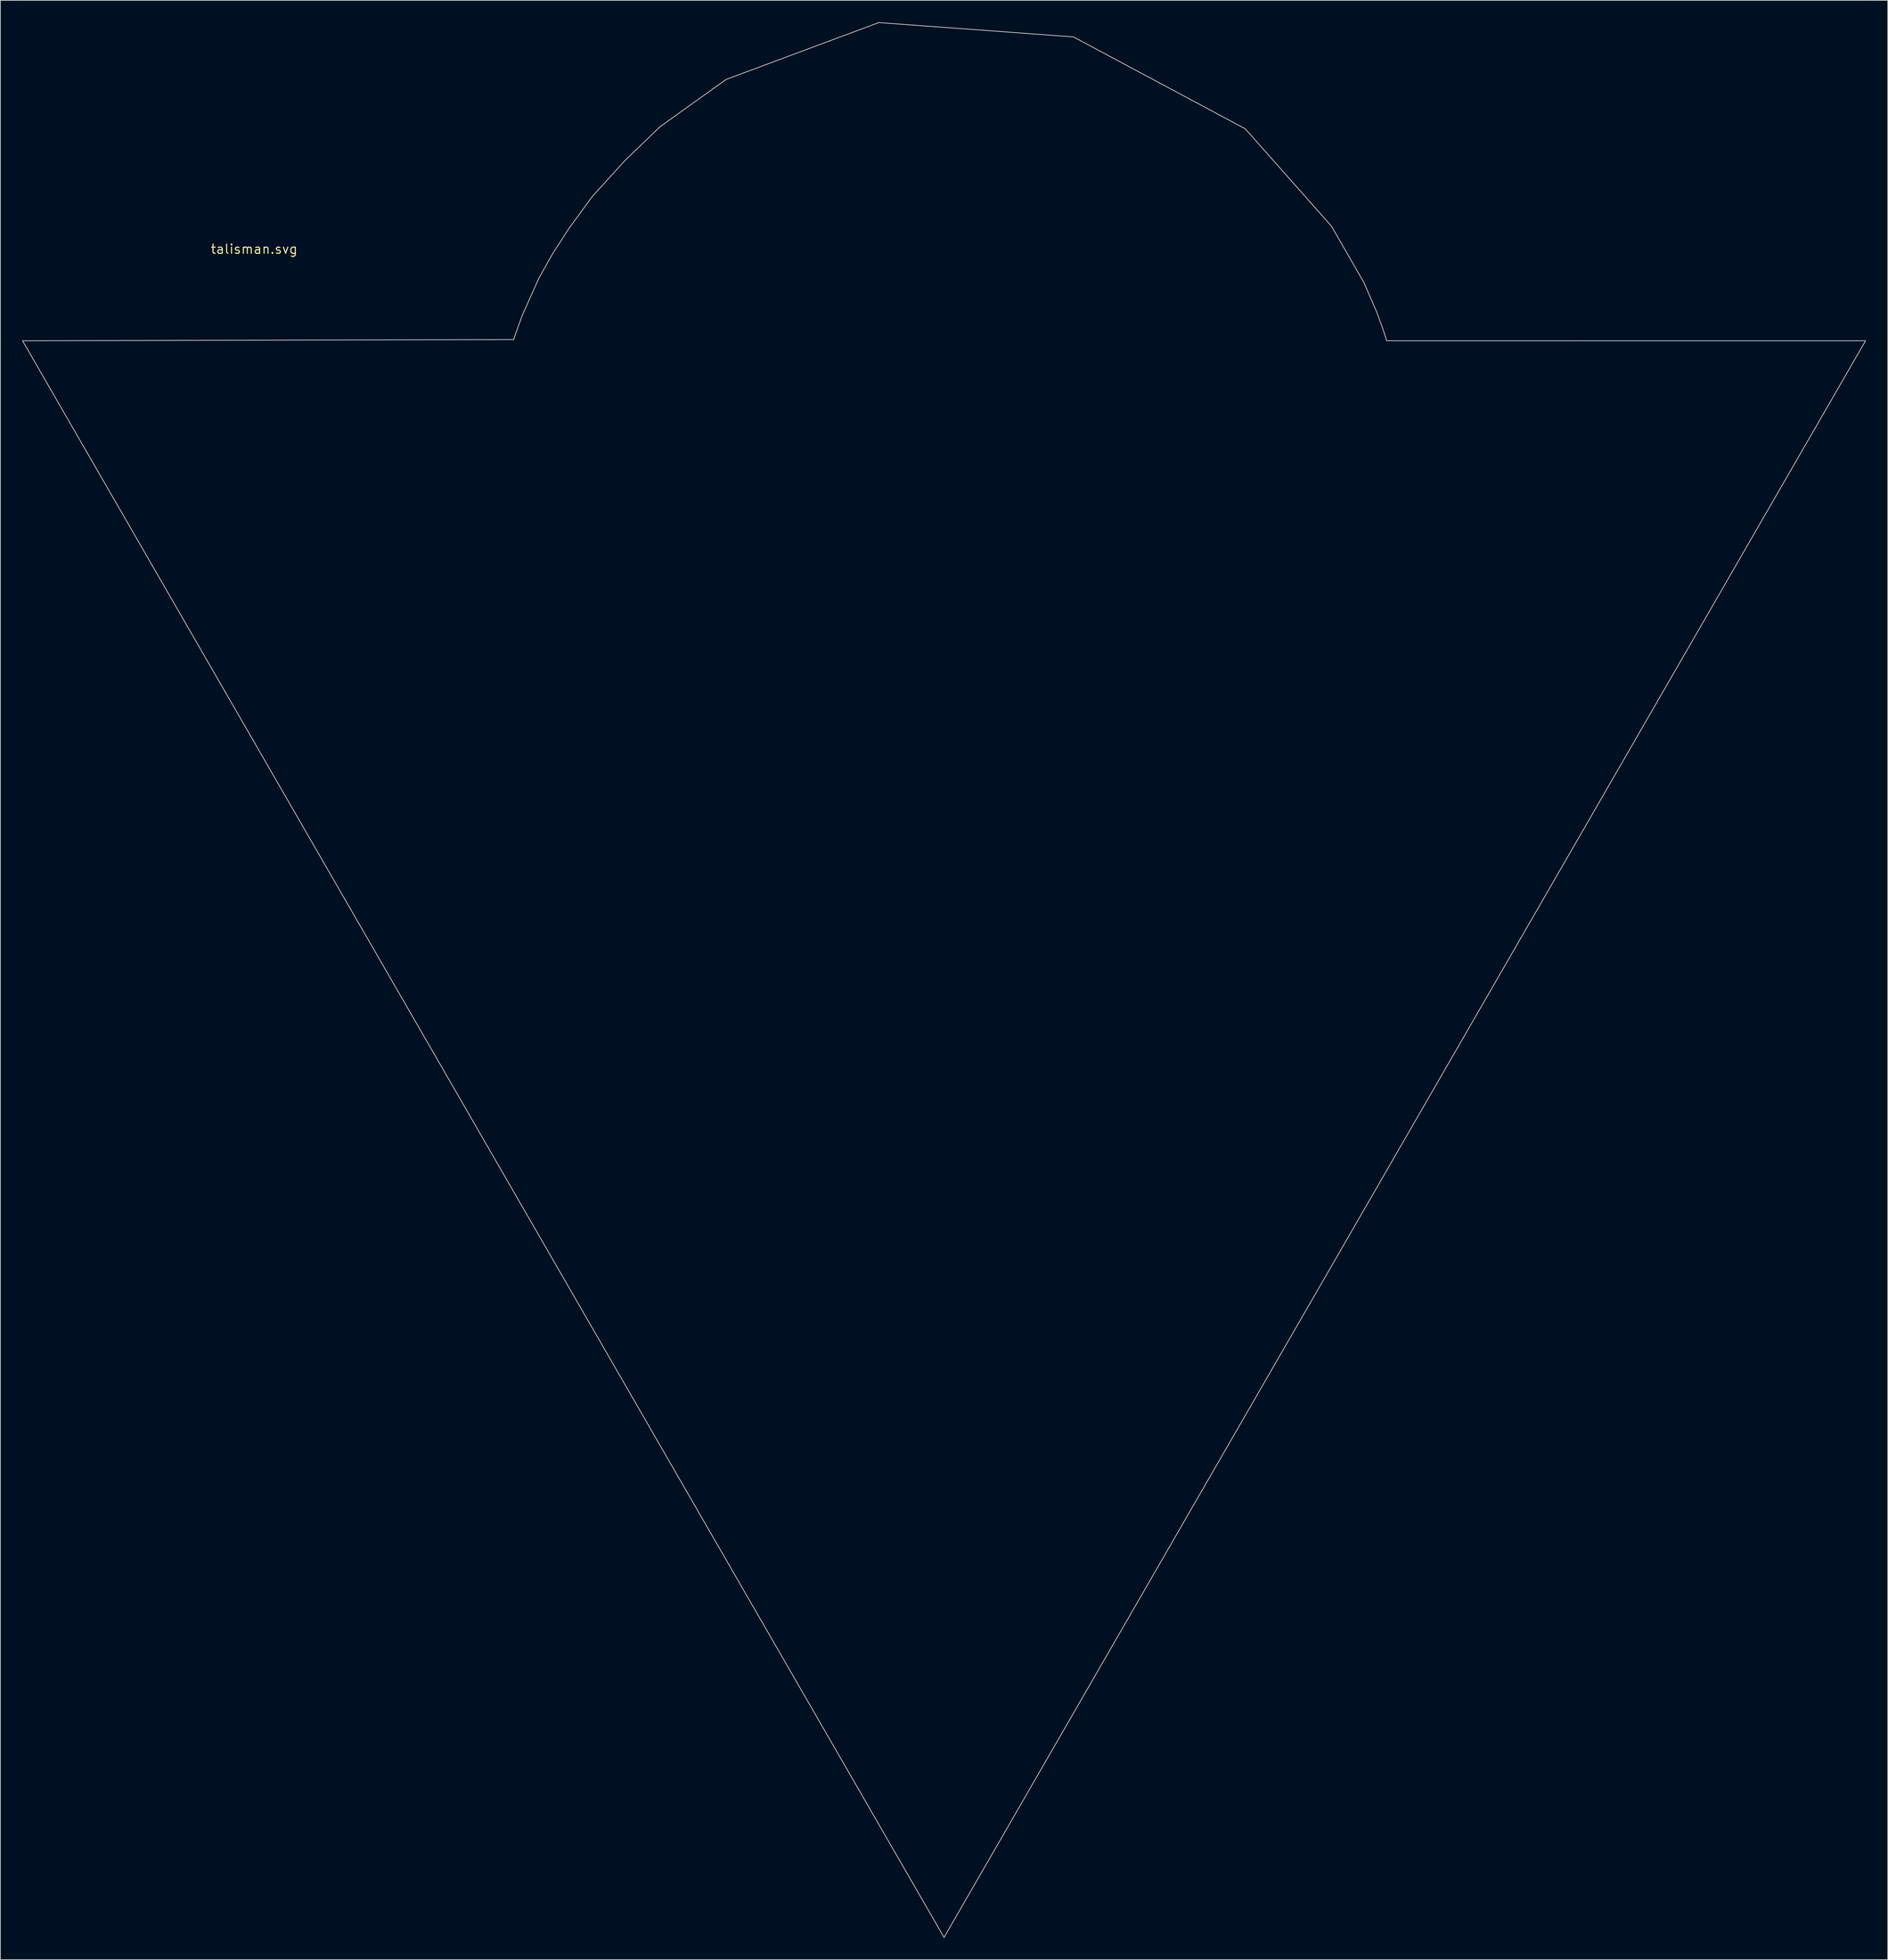
<source format=kicad_pcb>
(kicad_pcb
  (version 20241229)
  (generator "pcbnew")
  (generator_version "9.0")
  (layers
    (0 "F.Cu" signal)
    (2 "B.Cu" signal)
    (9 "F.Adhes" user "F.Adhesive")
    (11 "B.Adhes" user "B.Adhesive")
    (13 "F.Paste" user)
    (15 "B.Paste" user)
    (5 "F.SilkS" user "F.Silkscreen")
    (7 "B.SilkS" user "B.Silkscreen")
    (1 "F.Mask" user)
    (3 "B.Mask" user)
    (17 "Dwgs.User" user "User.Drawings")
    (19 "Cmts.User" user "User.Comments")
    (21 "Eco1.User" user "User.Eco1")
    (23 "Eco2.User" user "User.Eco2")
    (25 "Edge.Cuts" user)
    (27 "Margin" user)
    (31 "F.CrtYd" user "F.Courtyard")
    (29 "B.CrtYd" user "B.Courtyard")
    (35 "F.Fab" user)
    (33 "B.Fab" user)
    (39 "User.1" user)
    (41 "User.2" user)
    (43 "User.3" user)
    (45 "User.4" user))
  (footprint "talisman.svg"
    (layer "F.Cu")
    (at 31.86 31.149)
    (property "Reference" "talisman.svg" (at 0 0 0) (layer "F.SilkS") (effects (font (size 1.27 1.27) (thickness 0.15))))
    (attr through_hole)
    (fp_line (start -31.81 12.596) (end 94.763 231.825) (stroke (width 0.1) (type solid)) (layer "Edge.Cuts"))
    (fp_line (start 35.651 12.428) (end -31.81 12.596) (stroke (width 0.1) (type solid)) (layer "Edge.Cuts"))
    (fp_line (start 35.765 12.076) (end 35.651 12.428) (stroke (width 0.1) (type solid)) (layer "Edge.Cuts"))
    (fp_line (start 35.988 11.415) (end 35.765 12.076) (stroke (width 0.1) (type solid)) (layer "Edge.Cuts"))
    (fp_line (start 36.848 9.056) (end 35.988 11.415) (stroke (width 0.1) (type solid)) (layer "Edge.Cuts"))
    (fp_line (start 39.131 3.965) (end 36.848 9.056) (stroke (width 0.1) (type solid)) (layer "Edge.Cuts"))
    (fp_line (start 40.768 1.039) (end 39.131 3.965) (stroke (width 0.1) (type solid)) (layer "Edge.Cuts"))
    (fp_line (start 41.052 0.56) (end 40.768 1.039) (stroke (width 0.1) (type solid)) (layer "Edge.Cuts"))
    (fp_line (start 43.165 -2.725) (end 41.052 0.56) (stroke (width 0.1) (type solid)) (layer "Edge.Cuts"))
    (fp_line (start 46.445 -7.217) (end 43.165 -2.725) (stroke (width 0.1) (type solid)) (layer "Edge.Cuts"))
    (fp_line (start 50.939 -12.159) (end 46.445 -7.217) (stroke (width 0.1) (type solid)) (layer "Edge.Cuts"))
    (fp_line (start 55.751 -16.797) (end 50.939 -12.159) (stroke (width 0.1) (type solid)) (layer "Edge.Cuts"))
    (fp_line (start 64.833 -23.293) (end 55.751 -16.797) (stroke (width 0.1) (type solid)) (layer "Edge.Cuts"))
    (fp_line (start 85.798 -31.099) (end 64.833 -23.293) (stroke (width 0.1) (type solid)) (layer "Edge.Cuts"))
    (fp_line (start 94.763 231.825) (end 221.336 12.596) (stroke (width 0.1) (type solid)) (layer "Edge.Cuts"))
    (fp_line (start 112.534 -29.133) (end 85.798 -31.099) (stroke (width 0.1) (type solid)) (layer "Edge.Cuts"))
    (fp_line (start 136.142 -16.512) (end 112.534 -29.133) (stroke (width 0.1) (type solid)) (layer "Edge.Cuts"))
    (fp_line (start 147.971 -3.154) (end 136.142 -16.512) (stroke (width 0.1) (type solid)) (layer "Edge.Cuts"))
    (fp_line (start 152.43 4.578) (end 147.971 -3.154) (stroke (width 0.1) (type solid)) (layer "Edge.Cuts"))
    (fp_line (start 154.204 8.672) (end 152.43 4.578) (stroke (width 0.1) (type solid)) (layer "Edge.Cuts"))
    (fp_line (start 154.971 10.767) (end 154.204 8.672) (stroke (width 0.1) (type solid)) (layer "Edge.Cuts"))
    (fp_line (start 155.324 11.827) (end 154.971 10.767) (stroke (width 0.1) (type solid)) (layer "Edge.Cuts"))
    (fp_line (start 155.505 12.397) (end 155.324 11.827) (stroke (width 0.1) (type solid)) (layer "Edge.Cuts"))
    (fp_line (start 155.565 12.593) (end 155.505 12.397) (stroke (width 0.1) (type solid)) (layer "Edge.Cuts"))
    (fp_line (start 221.336 12.596) (end 155.565 12.593) (stroke (width 0.1) (type solid)) (layer "Edge.Cuts")))
  (gr_rect
    (start -3 -3)
    (end 256.246 266.024)
    (stroke (width 0.1) (type default))
    (fill no)
    (layer "Edge.Cuts")))
</source>
